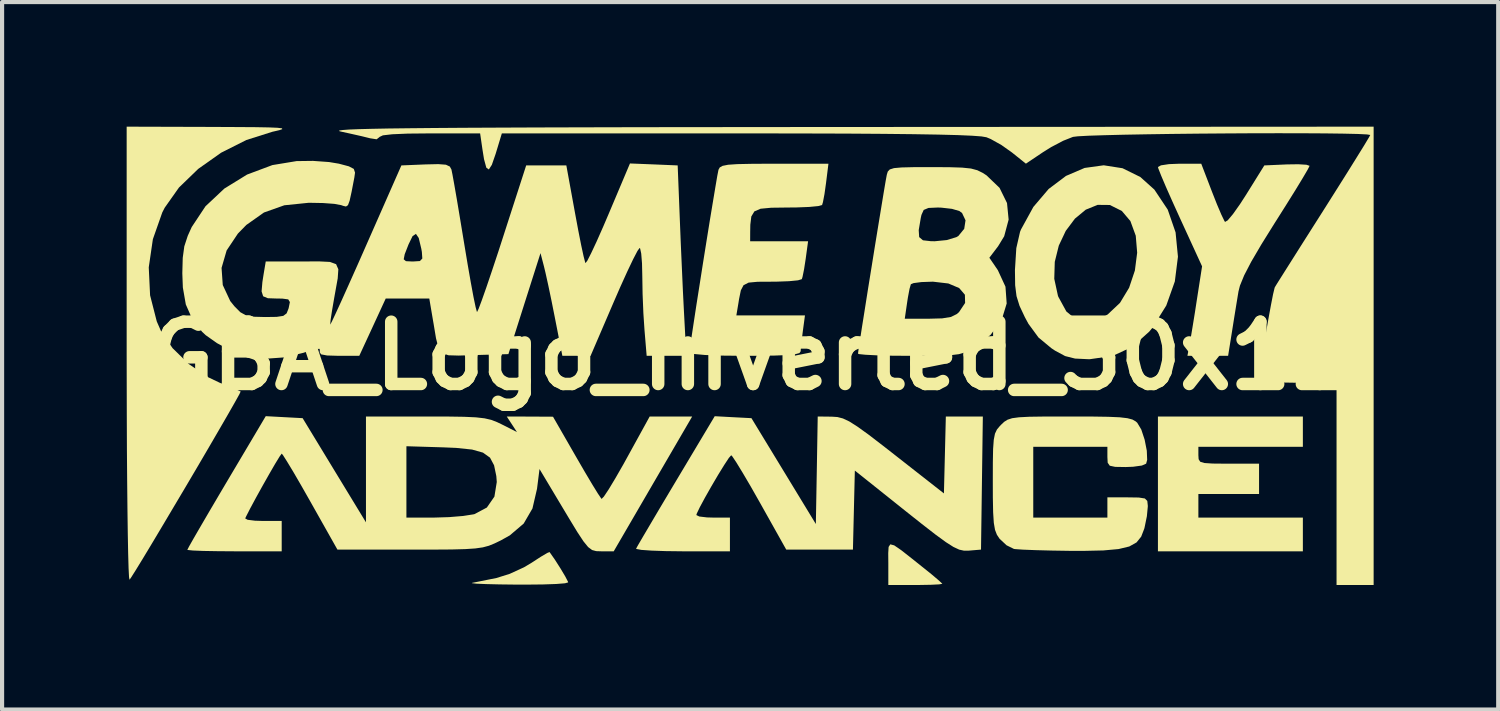
<source format=kicad_pcb>
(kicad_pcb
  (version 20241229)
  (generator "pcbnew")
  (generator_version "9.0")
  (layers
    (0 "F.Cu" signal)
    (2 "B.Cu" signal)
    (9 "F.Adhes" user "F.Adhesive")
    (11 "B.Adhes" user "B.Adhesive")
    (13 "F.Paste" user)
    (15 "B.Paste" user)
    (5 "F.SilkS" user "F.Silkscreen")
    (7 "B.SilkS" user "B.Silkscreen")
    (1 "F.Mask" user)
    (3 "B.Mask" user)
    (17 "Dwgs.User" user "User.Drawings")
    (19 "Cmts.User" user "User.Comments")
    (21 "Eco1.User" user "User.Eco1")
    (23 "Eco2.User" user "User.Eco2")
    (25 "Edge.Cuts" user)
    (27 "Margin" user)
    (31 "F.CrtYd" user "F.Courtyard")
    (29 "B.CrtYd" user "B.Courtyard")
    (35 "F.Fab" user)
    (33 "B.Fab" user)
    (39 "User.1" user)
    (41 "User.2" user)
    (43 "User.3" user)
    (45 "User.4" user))
  (footprint "GBA_Logo_Inverted_30x11"
    (layer "F.Cu")
    (at 15.013 5.518)
    (property "Reference" "GBA_Logo_Inverted_30x11" (at 0 0 0) (layer "F.SilkS") (effects (font (size 1.5 1.5) (thickness 0.3))))
    (attr board_only exclude_from_pos_files exclude_from_bom)
    (fp_poly (pts (xy 3.469 4.564) (xy 3.638 4.68) (xy 3.904 4.889) (xy 4.123 5.064) (xy 4.359 5.253) (xy 4.535 5.402) (xy 4.622 5.483) (xy 4.626 5.49) (xy 4.551 5.503) (xy 4.352 5.513) (xy 4.068 5.518) (xy 3.976 5.518) (xy 3.327 5.518) (xy 3.327 4.986) (xy 3.325 4.752) (xy 3.334 4.602) (xy 3.375 4.539)) (stroke (width 0) (type solid)) (fill yes) (layer "F.SilkS"))
    (fp_poly (pts (xy -4.702 4.908) (xy -4.566 5.121) (xy -4.451 5.314) (xy -4.387 5.438) (xy -4.382 5.456) (xy -4.459 5.477) (xy -4.67 5.494) (xy -4.987 5.505) (xy -5.384 5.509) (xy -5.62 5.509) (xy -6.032 5.504) (xy -6.365 5.496) (xy -6.596 5.486) (xy -6.701 5.474) (xy -6.695 5.467) (xy -6.523 5.433) (xy -6.265 5.381) (xy -6.106 5.349) (xy -5.79 5.25) (xy -5.446 5.092) (xy -5.263 4.983) (xy -5.043 4.84) (xy -4.886 4.747) (xy -4.83 4.725)) (stroke (width 0) (type solid)) (fill yes) (layer "F.SilkS"))
    (fp_poly (pts (xy 13.309 1.826) (xy 13.309 2.191) (xy 12.051 2.191) (xy 10.793 2.191) (xy 10.793 2.394) (xy 10.799 2.49) (xy 10.837 2.55) (xy 10.939 2.581) (xy 11.136 2.594) (xy 11.459 2.597) (xy 11.523 2.597) (xy 12.254 2.597) (xy 12.254 2.962) (xy 12.254 3.327) (xy 11.523 3.327) (xy 10.793 3.327) (xy 10.793 3.611) (xy 10.793 3.895) (xy 12.051 3.895) (xy 13.309 3.895) (xy 13.309 4.301) (xy 13.309 4.707) (xy 11.564 4.707) (xy 9.819 4.707) (xy 9.819 3.084) (xy 9.819 1.461) (xy 11.564 1.461) (xy 13.309 1.461)) (stroke (width 0) (type solid)) (fill yes) (layer "F.SilkS"))
    (fp_poly (pts (xy 11.119 -3.956) (xy 11.24 -3.649) (xy 11.346 -3.4) (xy 11.419 -3.249) (xy 11.435 -3.224) (xy 11.499 -3.262) (xy 11.626 -3.413) (xy 11.796 -3.653) (xy 11.938 -3.873) (xy 12.381 -4.585) (xy 12.926 -4.609) (xy 13.199 -4.613) (xy 13.395 -4.601) (xy 13.471 -4.575) (xy 13.471 -4.575) (xy 13.429 -4.491) (xy 13.313 -4.293) (xy 13.137 -4.003) (xy 12.913 -3.644) (xy 12.656 -3.237) (xy 12.646 -3.222) (xy 12.312 -2.686) (xy 12.064 -2.263) (xy 11.895 -1.937) (xy 11.794 -1.69) (xy 11.759 -1.552) (xy 11.713 -1.273) (xy 11.655 -0.915) (xy 11.603 -0.588) (xy 11.509 0) (xy 11.019 0) (xy 10.529 0) (xy 10.573 -0.223) (xy 10.603 -0.396) (xy 10.651 -0.684) (xy 10.709 -1.041) (xy 10.749 -1.301) (xy 10.882 -2.155) (xy 10.351 -3.312) (xy 10.169 -3.713) (xy 10.013 -4.065) (xy 9.897 -4.338) (xy 9.83 -4.508) (xy 9.819 -4.547) (xy 9.893 -4.587) (xy 10.086 -4.616) (xy 10.341 -4.626) (xy 10.862 -4.626)) (stroke (width 0) (type solid)) (fill yes) (layer "F.SilkS"))
    (fp_poly (pts (xy -13.004 -5.512) (xy -12.388 -5.509) (xy -11.921 -5.506) (xy -11.589 -5.5) (xy -11.378 -5.491) (xy -11.274 -5.478) (xy -11.265 -5.459) (xy -11.335 -5.434) (xy -11.473 -5.402) (xy -11.501 -5.396) (xy -12.13 -5.197) (xy -12.738 -4.891) (xy -13.29 -4.501) (xy -13.754 -4.052) (xy -14.096 -3.568) (xy -14.155 -3.454) (xy -14.382 -2.808) (xy -14.481 -2.13) (xy -14.449 -1.457) (xy -14.288 -0.828) (xy -14.186 -0.595) (xy -13.908 -0.185) (xy -13.515 0.199) (xy -13.056 0.513) (xy -12.764 0.652) (xy -12.515 0.753) (xy -12.334 0.828) (xy -12.268 0.859) (xy -12.301 0.929) (xy -12.407 1.119) (xy -12.572 1.408) (xy -12.785 1.776) (xy -13.034 2.204) (xy -13.307 2.67) (xy -13.593 3.155) (xy -13.88 3.638) (xy -14.155 4.101) (xy -14.407 4.523) (xy -14.624 4.883) (xy -14.795 5.162) (xy -14.907 5.339) (xy -14.944 5.392) (xy -14.956 5.327) (xy -14.967 5.112) (xy -14.977 4.76) (xy -14.986 4.285) (xy -14.994 3.7) (xy -15.001 3.017) (xy -15.007 2.25) (xy -15.01 1.411) (xy -15.012 0.513) (xy -15.013 -0.024) (xy -15.013 -5.518)) (stroke (width 0) (type solid)) (fill yes) (layer "F.SilkS"))
    (fp_poly (pts (xy 8.967 -4.517) (xy 9.395 -4.306) (xy 9.733 -4.003) (xy 10.055 -3.52) (xy 10.244 -2.972) (xy 10.301 -2.387) (xy 10.226 -1.791) (xy 10.02 -1.211) (xy 9.685 -0.674) (xy 9.611 -0.584) (xy 9.204 -0.218) (xy 8.731 0.002) (xy 8.18 0.081) (xy 8.139 0.081) (xy 7.823 0.066) (xy 7.585 0.006) (xy 7.341 -0.125) (xy 7.254 -0.183) (xy 6.943 -0.441) (xy 6.701 -0.771) (xy 6.616 -0.928) (xy 6.487 -1.202) (xy 6.414 -1.437) (xy 6.381 -1.7) (xy 6.379 -1.854) (xy 7.323 -1.854) (xy 7.411 -1.448) (xy 7.421 -1.421) (xy 7.614 -1.068) (xy 7.861 -0.865) (xy 8.155 -0.816) (xy 8.487 -0.923) (xy 8.61 -0.997) (xy 8.905 -1.275) (xy 9.125 -1.639) (xy 9.264 -2.054) (xy 9.319 -2.483) (xy 9.285 -2.892) (xy 9.156 -3.245) (xy 8.95 -3.488) (xy 8.662 -3.632) (xy 8.367 -3.635) (xy 8.081 -3.519) (xy 7.82 -3.303) (xy 7.599 -3.008) (xy 7.432 -2.654) (xy 7.335 -2.263) (xy 7.323 -1.854) (xy 6.379 -1.854) (xy 6.376 -2.057) (xy 6.376 -2.064) (xy 6.409 -2.593) (xy 6.499 -2.986) (xy 6.522 -3.043) (xy 6.82 -3.586) (xy 7.188 -4.018) (xy 7.605 -4.332) (xy 8.053 -4.524) (xy 8.514 -4.588)) (stroke (width 0) (type solid)) (fill yes) (layer "F.SilkS"))
    (fp_poly (pts (xy -0.411 1.478) (xy 0.031 1.501) (xy 0.807 2.776) (xy 1.582 4.05) (xy 1.605 2.756) (xy 1.627 1.461) (xy 1.97 1.465) (xy 2.102 1.474) (xy 2.234 1.508) (xy 2.387 1.58) (xy 2.584 1.705) (xy 2.848 1.895) (xy 3.2 2.165) (xy 3.489 2.391) (xy 4.666 3.313) (xy 4.689 2.387) (xy 4.712 1.461) (xy 5.157 1.461) (xy 5.603 1.461) (xy 5.581 3.063) (xy 5.559 4.666) (xy 5.263 4.691) (xy 5.15 4.692) (xy 5.035 4.667) (xy 4.895 4.602) (xy 4.711 4.485) (xy 4.462 4.303) (xy 4.126 4.042) (xy 3.744 3.739) (xy 2.521 2.763) (xy 2.498 3.714) (xy 2.475 4.666) (xy 1.672 4.666) (xy 0.869 4.666) (xy 0.232 3.53) (xy 0.014 3.146) (xy -0.179 2.818) (xy -0.331 2.569) (xy -0.429 2.422) (xy -0.456 2.394) (xy -0.513 2.459) (xy -0.626 2.631) (xy -0.774 2.871) (xy -0.935 3.145) (xy -1.088 3.415) (xy -1.212 3.645) (xy -1.285 3.798) (xy -1.296 3.834) (xy -1.224 3.869) (xy -1.039 3.891) (xy -0.893 3.895) (xy -0.487 3.895) (xy -0.487 4.301) (xy -0.487 4.707) (xy -1.63 4.707) (xy -2.037 4.702) (xy -2.376 4.69) (xy -2.619 4.673) (xy -2.738 4.651) (xy -2.746 4.642) (xy -2.698 4.556) (xy -2.579 4.352) (xy -2.401 4.05) (xy -2.177 3.671) (xy -1.918 3.236) (xy -1.786 3.015) (xy -0.853 1.454)) (stroke (width 0) (type solid)) (fill yes) (layer "F.SilkS"))
    (fp_poly (pts (xy 1.827 -4.159) (xy 1.79 -3.896) (xy 1.753 -3.701) (xy 1.732 -3.631) (xy 1.64 -3.606) (xy 1.422 -3.585) (xy 1.116 -3.573) (xy 0.897 -3.571) (xy 0.507 -3.566) (xy 0.251 -3.542) (xy 0.101 -3.477) (xy 0.028 -3.355) (xy 0.004 -3.157) (xy 0.001 -2.982) (xy 0 -2.759) (xy 0.697 -2.759) (xy 1.395 -2.759) (xy 1.337 -2.333) (xy 1.298 -2.082) (xy 1.261 -1.9) (xy 1.244 -1.846) (xy 1.152 -1.818) (xy 0.937 -1.797) (xy 0.64 -1.786) (xy 0.52 -1.785) (xy 0.178 -1.783) (xy -0.037 -1.763) (xy -0.159 -1.701) (xy -0.224 -1.577) (xy -0.267 -1.367) (xy -0.281 -1.278) (xy -0.332 -0.974) (xy 0.494 -0.974) (xy 1.32 -0.974) (xy 1.269 -0.597) (xy 1.238 -0.348) (xy 1.219 -0.157) (xy 1.217 -0.11) (xy 1.188 -0.068) (xy 1.085 -0.038) (xy 0.89 -0.018) (xy 0.582 -0.006) (xy 0.141 -0.001) (xy -0.122 0) (xy -0.673 -0.005) (xy -1.084 -0.02) (xy -1.348 -0.044) (xy -1.458 -0.076) (xy -1.461 -0.084) (xy -1.448 -0.192) (xy -1.414 -0.435) (xy -1.361 -0.786) (xy -1.295 -1.218) (xy -1.218 -1.706) (xy -1.137 -2.223) (xy -1.054 -2.743) (xy -0.974 -3.24) (xy -0.9 -3.687) (xy -0.838 -4.059) (xy -0.792 -4.33) (xy -0.764 -4.473) (xy -0.761 -4.484) (xy -0.731 -4.537) (xy -0.662 -4.575) (xy -0.53 -4.601) (xy -0.311 -4.616) (xy 0.018 -4.623) (xy 0.482 -4.626) (xy 0.583 -4.626) (xy 1.885 -4.626)) (stroke (width 0) (type solid)) (fill yes) (layer "F.SilkS"))
    (fp_poly (pts (xy 8.233 1.462) (xy 8.622 1.468) (xy 8.898 1.48) (xy 9.084 1.502) (xy 9.205 1.534) (xy 9.285 1.58) (xy 9.321 1.612) (xy 9.418 1.774) (xy 9.499 2.019) (xy 9.551 2.284) (xy 9.56 2.505) (xy 9.535 2.597) (xy 9.432 2.642) (xy 9.221 2.671) (xy 9.043 2.678) (xy 8.79 2.674) (xy 8.659 2.646) (xy 8.609 2.574) (xy 8.602 2.435) (xy 8.602 2.191) (xy 7.709 2.191) (xy 6.817 2.191) (xy 6.817 3.043) (xy 6.817 3.895) (xy 7.709 3.895) (xy 8.602 3.895) (xy 8.602 3.652) (xy 8.602 3.408) (xy 9.089 3.408) (xy 9.358 3.412) (xy 9.504 3.435) (xy 9.563 3.494) (xy 9.575 3.608) (xy 9.575 3.631) (xy 9.553 3.862) (xy 9.498 4.131) (xy 9.489 4.165) (xy 9.416 4.354) (xy 9.304 4.493) (xy 9.129 4.591) (xy 8.871 4.653) (xy 8.506 4.686) (xy 8.014 4.697) (xy 7.692 4.696) (xy 7.26 4.689) (xy 6.874 4.679) (xy 6.569 4.667) (xy 6.381 4.654) (xy 6.352 4.65) (xy 6.174 4.562) (xy 6.007 4.406) (xy 5.942 4.309) (xy 5.896 4.19) (xy 5.867 4.021) (xy 5.851 3.772) (xy 5.844 3.414) (xy 5.843 3.028) (xy 5.844 2.569) (xy 5.85 2.244) (xy 5.866 2.022) (xy 5.895 1.875) (xy 5.942 1.775) (xy 6.012 1.691) (xy 6.042 1.66) (xy 6.117 1.589) (xy 6.198 1.538) (xy 6.309 1.502) (xy 6.474 1.48) (xy 6.721 1.467) (xy 7.072 1.462) (xy 7.555 1.461) (xy 7.706 1.461)) (stroke (width 0) (type solid)) (fill yes) (layer "F.SilkS"))
    (fp_poly (pts (xy 4.798 -4.542) (xy 5.104 -4.532) (xy 5.317 -4.51) (xy 5.47 -4.469) (xy 5.6 -4.405) (xy 5.691 -4.346) (xy 6.005 -4.045) (xy 6.185 -3.679) (xy 6.224 -3.28) (xy 6.117 -2.879) (xy 5.971 -2.639) (xy 5.76 -2.362) (xy 5.964 -2.063) (xy 6.148 -1.665) (xy 6.177 -1.26) (xy 6.057 -0.868) (xy 5.792 -0.507) (xy 5.449 -0.234) (xy 5.304 -0.145) (xy 5.174 -0.082) (xy 5.028 -0.04) (xy 4.835 -0.016) (xy 4.564 -0.004) (xy 4.183 -0.00033) (xy 3.839 0) (xy 3.411 -0.003) (xy 3.046 -0.012) (xy 2.774 -0.026) (xy 2.62 -0.042) (xy 2.597 -0.053) (xy 2.609 -0.147) (xy 2.644 -0.376) (xy 2.696 -0.713) (xy 2.725 -0.893) (xy 3.723 -0.893) (xy 4.296 -0.893) (xy 4.624 -0.902) (xy 4.835 -0.936) (xy 4.976 -1.006) (xy 5.031 -1.055) (xy 5.176 -1.273) (xy 5.171 -1.471) (xy 5.033 -1.632) (xy 4.773 -1.742) (xy 4.406 -1.785) (xy 4.387 -1.785) (xy 4.124 -1.776) (xy 3.935 -1.751) (xy 3.87 -1.724) (xy 3.838 -1.614) (xy 3.798 -1.402) (xy 3.779 -1.278) (xy 3.723 -0.893) (xy 2.725 -0.893) (xy 2.763 -1.133) (xy 2.838 -1.609) (xy 2.92 -2.116) (xy 3.002 -2.627) (xy 3.067 -3.026) (xy 4.059 -3.026) (xy 4.07 -2.859) (xy 4.161 -2.782) (xy 4.354 -2.76) (xy 4.445 -2.759) (xy 4.731 -2.787) (xy 4.964 -2.857) (xy 5.013 -2.885) (xy 5.155 -3.059) (xy 5.186 -3.263) (xy 5.103 -3.438) (xy 5.037 -3.487) (xy 4.859 -3.539) (xy 4.605 -3.568) (xy 4.519 -3.571) (xy 4.294 -3.561) (xy 4.179 -3.513) (xy 4.125 -3.394) (xy 4.108 -3.317) (xy 4.059 -3.026) (xy 3.067 -3.026) (xy 3.082 -3.118) (xy 3.155 -3.562) (xy 3.216 -3.933) (xy 3.262 -4.205) (xy 3.289 -4.352) (xy 3.291 -4.362) (xy 3.314 -4.437) (xy 3.362 -4.488) (xy 3.464 -4.52) (xy 3.645 -4.536) (xy 3.934 -4.543) (xy 4.358 -4.544) (xy 4.365 -4.544)) (stroke (width 0) (type solid)) (fill yes) (layer "F.SilkS"))
    (fp_poly (pts (xy 15.013 0) (xy 15.013 5.518) (xy 14.566 5.518) (xy 14.12 5.518) (xy 14.12 3.084) (xy 14.12 0.649) (xy 13.187 0.649) (xy 12.762 0.642) (xy 12.456 0.623) (xy 12.285 0.591) (xy 12.254 0.567) (xy 12.267 0.427) (xy 12.303 0.174) (xy 12.354 -0.155) (xy 12.415 -0.523) (xy 12.48 -0.892) (xy 12.541 -1.225) (xy 12.592 -1.485) (xy 12.628 -1.635) (xy 12.635 -1.654) (xy 12.691 -1.745) (xy 12.822 -1.953) (xy 13.016 -2.26) (xy 13.26 -2.646) (xy 13.543 -3.092) (xy 13.81 -3.512) (xy 14.112 -3.99) (xy 14.384 -4.422) (xy 14.613 -4.79) (xy 14.789 -5.074) (xy 14.898 -5.256) (xy 14.932 -5.318) (xy 14.854 -5.331) (xy 14.634 -5.342) (xy 14.291 -5.35) (xy 13.846 -5.356) (xy 13.319 -5.359) (xy 12.728 -5.36) (xy 12.096 -5.359) (xy 11.44 -5.355) (xy 10.782 -5.35) (xy 10.141 -5.343) (xy 9.537 -5.334) (xy 8.99 -5.324) (xy 8.52 -5.312) (xy 8.147 -5.3) (xy 7.89 -5.286) (xy 7.774 -5.272) (xy 7.539 -5.179) (xy 7.25 -5.027) (xy 7.057 -4.907) (xy 6.64 -4.627) (xy 6.302 -4.898) (xy 6.049 -5.077) (xy 5.791 -5.221) (xy 5.689 -5.263) (xy 5.572 -5.283) (xy 5.344 -5.3) (xy 5 -5.315) (xy 4.532 -5.327) (xy 3.934 -5.337) (xy 3.201 -5.345) (xy 2.326 -5.351) (xy 1.304 -5.354) (xy 0.127 -5.356) (xy -0.283 -5.356) (xy -5.979 -5.356) (xy -6.128 -4.864) (xy -6.22 -4.599) (xy -6.292 -4.487) (xy -6.353 -4.531) (xy -6.408 -4.734) (xy -6.446 -4.97) (xy -6.502 -5.356) (xy -7.714 -5.356) (xy -8.244 -5.351) (xy -8.618 -5.335) (xy -8.843 -5.309) (xy -8.926 -5.27) (xy -8.927 -5.266) (xy -8.994 -5.214) (xy -9.15 -5.238) (xy -9.352 -5.288) (xy -9.64 -5.353) (xy -9.86 -5.401) (xy -9.902 -5.414) (xy -9.885 -5.427) (xy -9.804 -5.438) (xy -9.652 -5.449) (xy -9.422 -5.458) (xy -9.109 -5.466) (xy -8.705 -5.474) (xy -8.205 -5.48) (xy -7.603 -5.486) (xy -6.891 -5.491) (xy -6.064 -5.495) (xy -5.115 -5.499) (xy -4.038 -5.502) (xy -2.826 -5.505) (xy -1.473 -5.507) (xy 0.027 -5.508) (xy 1.68 -5.51) (xy 2.333 -5.51) (xy 15.013 -5.518)) (stroke (width 0) (type solid)) (fill yes) (layer "F.SilkS"))
    (fp_poly (pts (xy -11.22 1.477) (xy -10.776 1.501) (xy -10.014 2.755) (xy -9.251 4.009) (xy -9.251 3.036) (xy -8.277 3.036) (xy -8.277 3.895) (xy -7.608 3.895) (xy -7.249 3.884) (xy -6.912 3.856) (xy -6.662 3.817) (xy -6.634 3.81) (xy -6.34 3.653) (xy -6.158 3.39) (xy -6.101 3.038) (xy -6.112 2.896) (xy -6.166 2.636) (xy -6.264 2.452) (xy -6.433 2.331) (xy -6.696 2.257) (xy -7.08 2.217) (xy -7.387 2.204) (xy -8.277 2.177) (xy -8.277 3.036) (xy -9.251 3.036) (xy -9.251 2.735) (xy -9.251 1.461) (xy -7.804 1.461) (xy -7.28 1.462) (xy -6.889 1.468) (xy -6.604 1.481) (xy -6.395 1.505) (xy -6.235 1.542) (xy -6.095 1.596) (xy -5.986 1.648) (xy -5.615 1.836) (xy -5.738 1.648) (xy -5.861 1.461) (xy -5.304 1.463) (xy -4.747 1.466) (xy -4.187 2.44) (xy -3.981 2.795) (xy -3.801 3.098) (xy -3.664 3.32) (xy -3.586 3.435) (xy -3.577 3.445) (xy -3.522 3.389) (xy -3.406 3.215) (xy -3.244 2.946) (xy -3.05 2.608) (xy -2.973 2.468) (xy -2.419 1.461) (xy -1.908 1.461) (xy -1.396 1.461) (xy -2.341 3.084) (xy -3.285 4.707) (xy -3.587 4.707) (xy -3.707 4.703) (xy -3.806 4.676) (xy -3.901 4.605) (xy -4.012 4.469) (xy -4.159 4.247) (xy -4.36 3.916) (xy -4.48 3.716) (xy -5.072 2.726) (xy -5.132 3.202) (xy -5.242 3.676) (xy -5.453 4.039) (xy -5.788 4.324) (xy -6.005 4.445) (xy -6.156 4.518) (xy -6.291 4.573) (xy -6.437 4.612) (xy -6.618 4.638) (xy -6.86 4.654) (xy -7.189 4.663) (xy -7.629 4.666) (xy -8.195 4.666) (xy -9.938 4.666) (xy -10.589 3.511) (xy -10.809 3.124) (xy -11.002 2.792) (xy -11.155 2.539) (xy -11.252 2.387) (xy -11.28 2.355) (xy -11.328 2.421) (xy -11.434 2.594) (xy -11.577 2.841) (xy -11.739 3.127) (xy -11.899 3.416) (xy -12.038 3.674) (xy -12.136 3.866) (xy -12.159 3.915) (xy -12.101 3.948) (xy -11.923 3.97) (xy -11.733 3.976) (xy -11.28 3.976) (xy -11.28 4.342) (xy -11.28 4.707) (xy -12.416 4.707) (xy -12.824 4.704) (xy -13.168 4.698) (xy -13.417 4.688) (xy -13.542 4.675) (xy -13.552 4.671) (xy -13.512 4.593) (xy -13.401 4.397) (xy -13.23 4.102) (xy -13.011 3.727) (xy -12.756 3.294) (xy -12.608 3.044) (xy -11.664 1.453)) (stroke (width 0) (type solid)) (fill yes) (layer "F.SilkS"))
    (fp_poly (pts (xy -10.139 -4.666) (xy -9.904 -4.627) (xy -9.663 -4.563) (xy -9.544 -4.501) (xy -9.514 -4.411) (xy -9.531 -4.292) (xy -9.597 -3.949) (xy -9.644 -3.736) (xy -9.684 -3.628) (xy -9.732 -3.595) (xy -9.799 -3.611) (xy -9.847 -3.628) (xy -10.012 -3.659) (xy -10.284 -3.679) (xy -10.605 -3.685) (xy -10.631 -3.685) (xy -11.217 -3.625) (xy -11.707 -3.451) (xy -12.132 -3.151) (xy -12.335 -2.943) (xy -12.606 -2.537) (xy -12.728 -2.117) (xy -12.699 -1.705) (xy -12.519 -1.319) (xy -12.419 -1.194) (xy -12.276 -1.05) (xy -12.137 -0.973) (xy -11.945 -0.941) (xy -11.68 -0.934) (xy -11.401 -0.938) (xy -11.242 -0.962) (xy -11.161 -1.023) (xy -11.116 -1.137) (xy -11.111 -1.156) (xy -11.083 -1.294) (xy -11.122 -1.359) (xy -11.265 -1.378) (xy -11.409 -1.38) (xy -11.614 -1.387) (xy -11.727 -1.434) (xy -11.764 -1.552) (xy -11.745 -1.776) (xy -11.715 -1.968) (xy -11.664 -2.272) (xy -10.782 -2.272) (xy -10.381 -2.274) (xy -10.118 -2.261) (xy -9.97 -2.207) (xy -9.916 -2.084) (xy -9.931 -1.865) (xy -9.992 -1.525) (xy -10.018 -1.38) (xy -10.068 -1.088) (xy -10.102 -0.867) (xy -10.112 -0.758) (xy -10.111 -0.753) (xy -10.075 -0.819) (xy -9.983 -1.014) (xy -9.843 -1.32) (xy -9.665 -1.716) (xy -9.456 -2.184) (xy -9.394 -2.324) (xy -8.342 -2.324) (xy -8.288 -2.279) (xy -8.146 -2.272) (xy -8.111 -2.272) (xy -7.952 -2.282) (xy -7.894 -2.343) (xy -7.905 -2.502) (xy -7.918 -2.577) (xy -7.98 -2.837) (xy -8.048 -2.937) (xy -8.13 -2.88) (xy -8.226 -2.682) (xy -8.318 -2.446) (xy -8.342 -2.324) (xy -9.394 -2.324) (xy -9.246 -2.66) (xy -8.398 -4.585) (xy -7.817 -4.609) (xy -7.508 -4.616) (xy -7.326 -4.602) (xy -7.232 -4.558) (xy -7.193 -4.487) (xy -7.168 -4.365) (xy -7.122 -4.11) (xy -7.059 -3.747) (xy -6.985 -3.304) (xy -6.903 -2.807) (xy -6.885 -2.698) (xy -6.803 -2.205) (xy -6.727 -1.77) (xy -6.662 -1.419) (xy -6.611 -1.175) (xy -6.58 -1.061) (xy -6.576 -1.055) (xy -6.54 -1.129) (xy -6.462 -1.336) (xy -6.35 -1.654) (xy -6.212 -2.062) (xy -6.054 -2.538) (xy -5.963 -2.82) (xy -5.393 -4.585) (xy -4.909 -4.585) (xy -4.426 -4.585) (xy -4.215 -3.429) (xy -4.138 -3.016) (xy -4.068 -2.662) (xy -4.011 -2.398) (xy -3.973 -2.252) (xy -3.965 -2.233) (xy -3.921 -2.29) (xy -3.828 -2.473) (xy -3.694 -2.759) (xy -3.533 -3.123) (xy -3.409 -3.413) (xy -2.894 -4.632) (xy -2.319 -4.609) (xy -1.745 -4.585) (xy -1.692 -3.246) (xy -1.67 -2.699) (xy -1.644 -2.116) (xy -1.619 -1.558) (xy -1.595 -1.083) (xy -1.588 -0.954) (xy -1.537 0) (xy -2.015 0) (xy -2.492 0) (xy -2.544 -0.621) (xy -2.571 -1.027) (xy -2.59 -1.494) (xy -2.597 -1.919) (xy -2.604 -2.228) (xy -2.623 -2.463) (xy -2.65 -2.587) (xy -2.662 -2.597) (xy -2.713 -2.526) (xy -2.816 -2.329) (xy -2.958 -2.031) (xy -3.128 -1.656) (xy -3.284 -1.298) (xy -3.842 0) (xy -4.182 0) (xy -4.522 0) (xy -4.701 -0.913) (xy -4.781 -1.315) (xy -4.86 -1.693) (xy -4.927 -1.996) (xy -4.964 -2.15) (xy -5.048 -2.473) (xy -5.435 -1.257) (xy -5.821 -0.041) (xy -6.637 -0.018) (xy -7.016 -0.006) (xy -7.265 -0.013) (xy -7.418 -0.067) (xy -7.506 -0.194) (xy -7.564 -0.421) (xy -7.623 -0.775) (xy -7.633 -0.832) (xy -7.726 -1.38) (xy -8.25 -1.38) (xy -8.775 -1.38) (xy -9.093 -0.69) (xy -9.412 0) (xy -9.908 0) (xy -10.186 -0.008) (xy -10.33 -0.035) (xy -10.367 -0.09) (xy -10.361 -0.114) (xy -10.367 -0.168) (xy -10.466 -0.164) (xy -10.684 -0.098) (xy -10.756 -0.073) (xy -11.207 0.037) (xy -11.679 0.071) (xy -12.099 0.025) (xy -12.173 0.005) (xy -12.504 -0.126) (xy -12.839 -0.306) (xy -13.112 -0.499) (xy -13.198 -0.58) (xy -13.44 -0.899) (xy -13.589 -1.237) (xy -13.66 -1.645) (xy -13.673 -1.988) (xy -13.663 -2.359) (xy -13.625 -2.637) (xy -13.542 -2.89) (xy -13.446 -3.102) (xy -13.115 -3.601) (xy -12.66 -4.028) (xy -12.113 -4.365) (xy -11.504 -4.593) (xy -10.921 -4.689) (xy -10.527 -4.694)) (stroke (width 0) (type solid)) (fill yes) (layer "F.SilkS")))
  (gr_rect
    (start -3 -3)
    (end 33.026 14.036)
    (stroke (width 0.1) (type default))
    (fill no)
    (layer "Edge.Cuts")))
</source>
